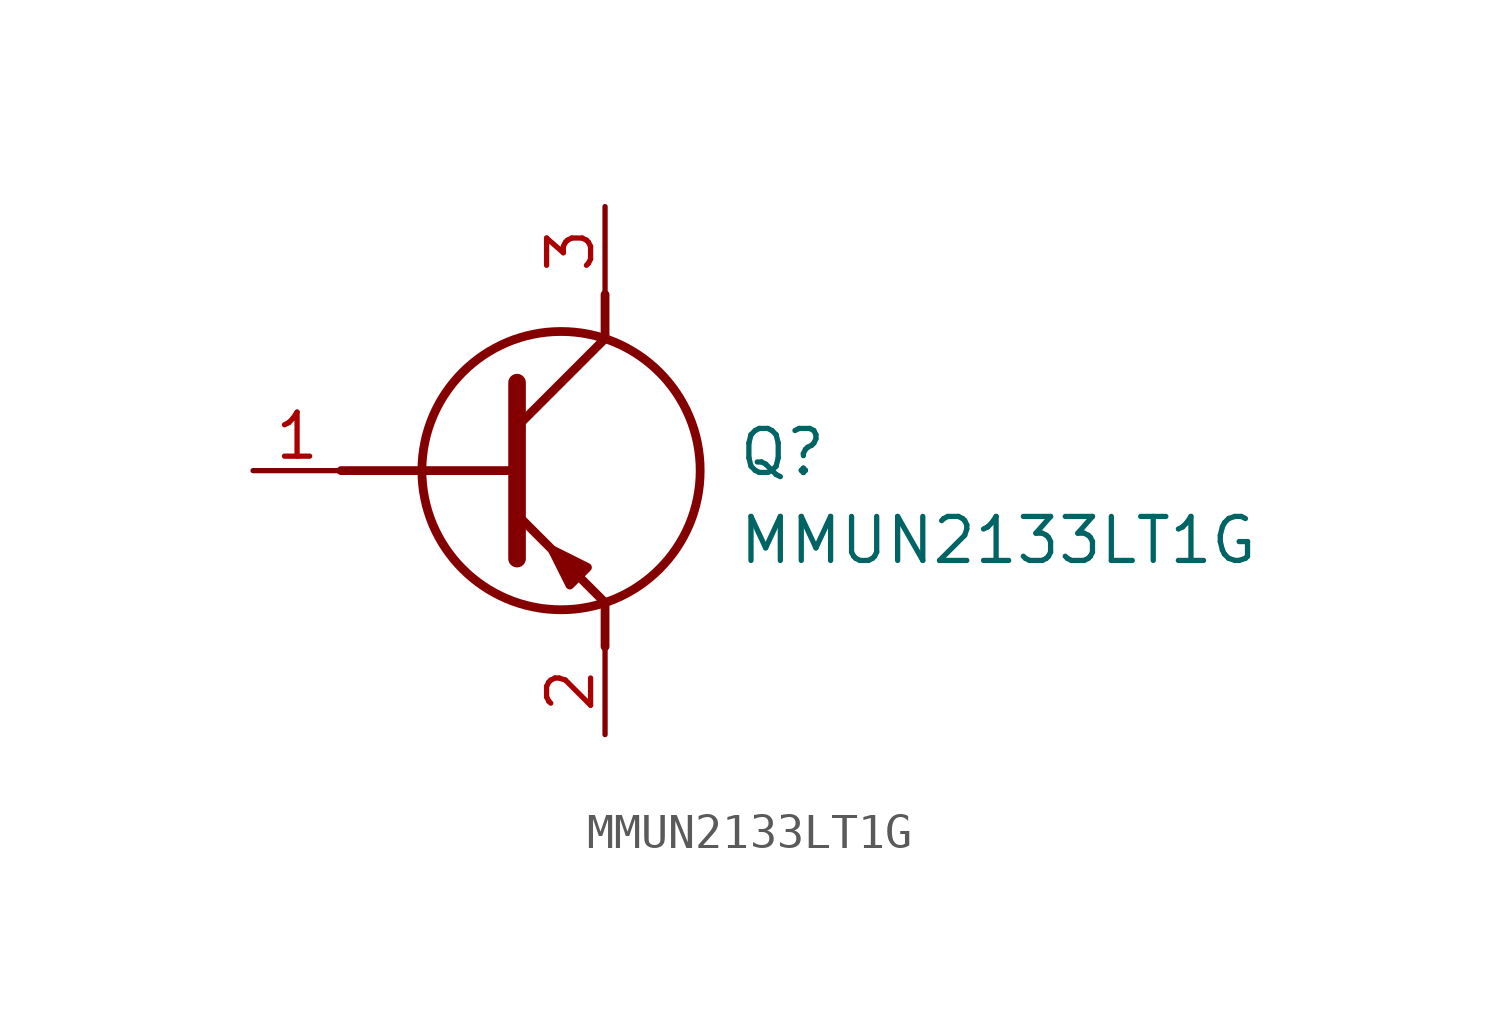
<source format=kicad_sym>
(kicad_symbol_lib
  (version 20211014)
  (generator SamacSys_ECAD_Model)
  (symbol "MMUN2133LT1G"
    (pin_names hide)
    (property "Reference" "Q"
      (at 13.97 1.27 0)
      (effects (font (size 1.27 1.27)) (justify left top)))
    (property "Value" "MMUN2133LT1G"
      (at 13.97 -1.27 0)
      (effects (font (size 1.27 1.27)) (justify left top)))
    (polyline
      (pts (xy 7.62 2.54) (xy 7.62 -2.54))
      (stroke (width 0.508) (type default))
      (fill (type none)))
    (polyline
      (pts (xy 7.62 1.27) (xy 10.16 3.81))
      (stroke (width 0.254) (type default))
      (fill (type none)))
    (polyline
      (pts (xy 7.62 -1.27) (xy 10.16 -3.81))
      (stroke (width 0.254) (type default))
      (fill (type none)))
    (polyline
      (pts (xy 10.16 -3.81) (xy 10.16 -5.08))
      (stroke (width 0.254) (type default))
      (fill (type none)))
    (polyline
      (pts (xy 10.16 3.81) (xy 10.16 5.08))
      (stroke (width 0.254) (type default))
      (fill (type none)))
    (polyline
      (pts (xy 2.54 0) (xy 7.62 0))
      (stroke (width 0.254) (type default))
      (fill (type none)))
    (circle
      (center 8.89 0)
      (radius 4.016)
      (stroke (width 0.254) (type default))
      (fill (type none)))
    (polyline
      (pts (xy 9.652 -2.794) (xy 9.144 -3.302) (xy 8.636 -2.286) (xy 9.652 -2.794))
      (stroke (width 0.254) (type default))
      (fill (type outline)))
    (pin passive line
      (at 0 0 0)
      (length 2.54)
      (name "B" (effects (font (size 1.27 1.27))))
      (number "1" (effects (font (size 1.27 1.27)))))
    (pin passive line
      (at 10.16 -7.62 90)
      (length 2.54)
      (name "E" (effects (font (size 1.27 1.27))))
      (number "2" (effects (font (size 1.27 1.27)))))
    (pin passive line
      (at 10.16 7.62 270)
      (length 2.54)
      (name "C" (effects (font (size 1.27 1.27))))
      (number "3" (effects (font (size 1.27 1.27)))))))
</source>
